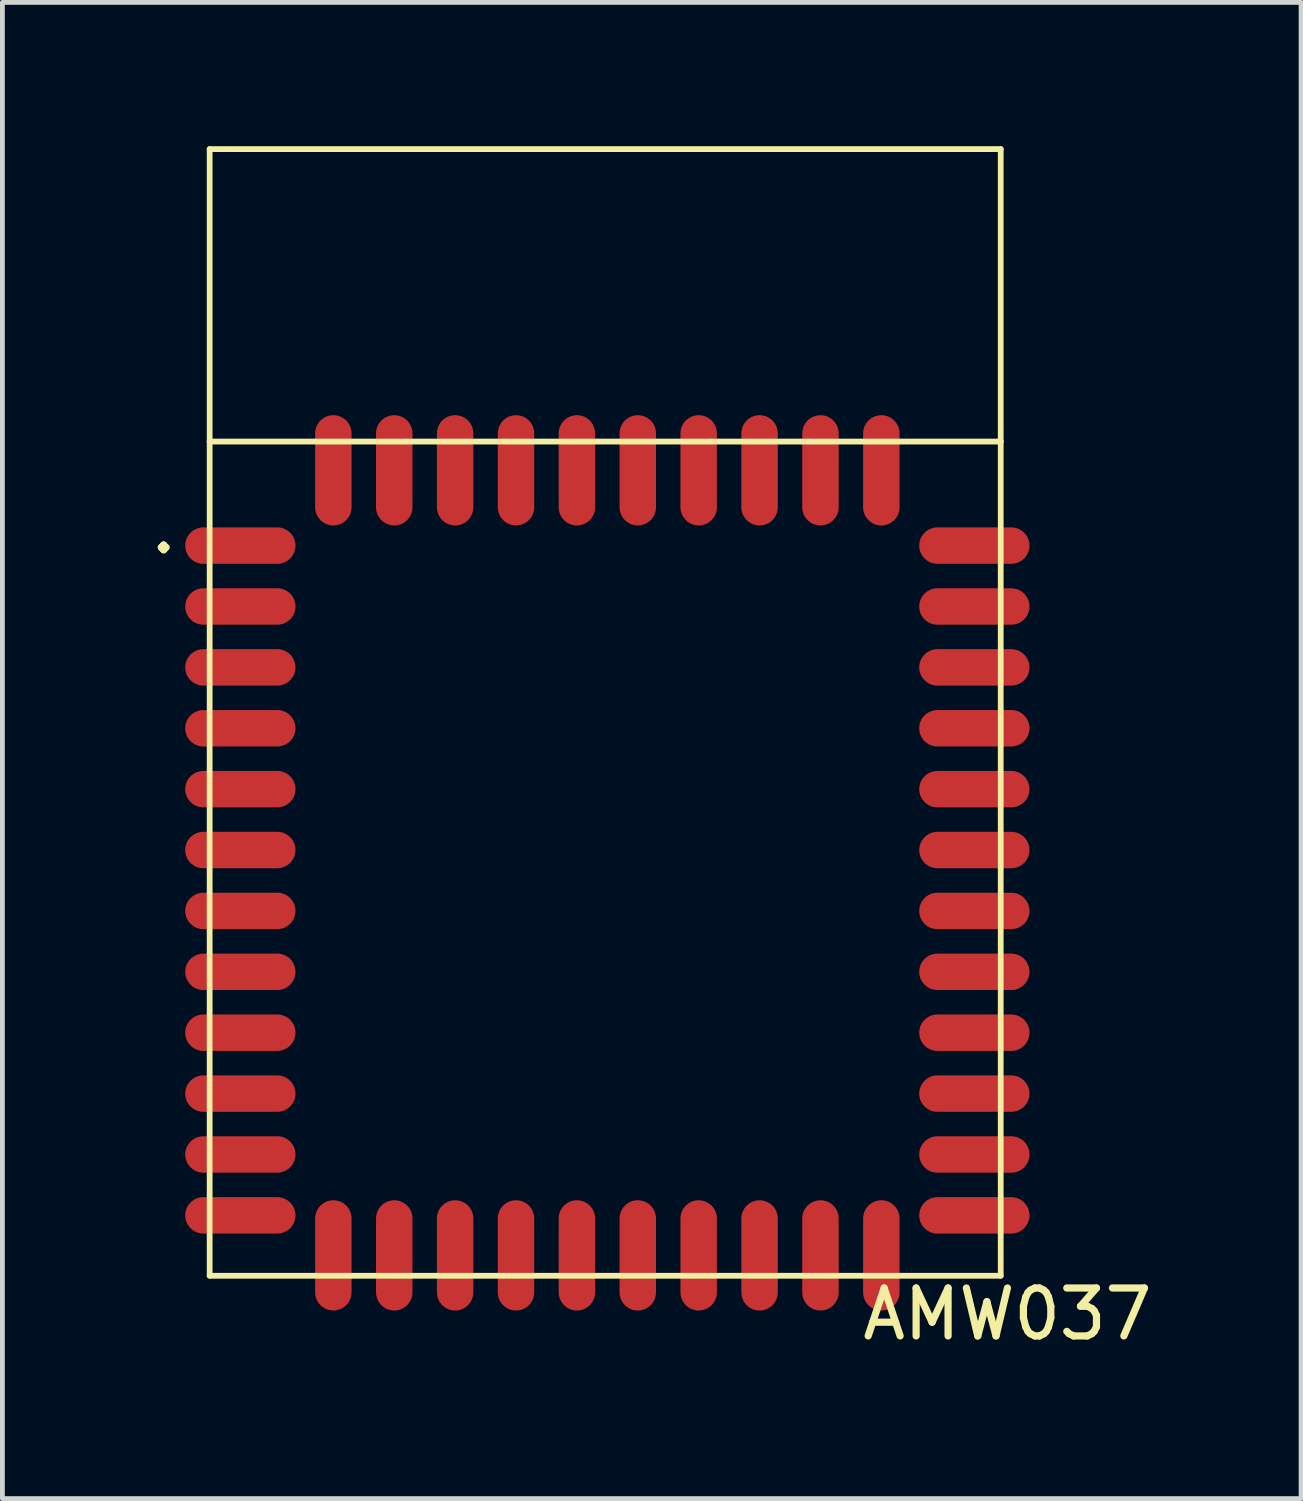
<source format=kicad_pcb>
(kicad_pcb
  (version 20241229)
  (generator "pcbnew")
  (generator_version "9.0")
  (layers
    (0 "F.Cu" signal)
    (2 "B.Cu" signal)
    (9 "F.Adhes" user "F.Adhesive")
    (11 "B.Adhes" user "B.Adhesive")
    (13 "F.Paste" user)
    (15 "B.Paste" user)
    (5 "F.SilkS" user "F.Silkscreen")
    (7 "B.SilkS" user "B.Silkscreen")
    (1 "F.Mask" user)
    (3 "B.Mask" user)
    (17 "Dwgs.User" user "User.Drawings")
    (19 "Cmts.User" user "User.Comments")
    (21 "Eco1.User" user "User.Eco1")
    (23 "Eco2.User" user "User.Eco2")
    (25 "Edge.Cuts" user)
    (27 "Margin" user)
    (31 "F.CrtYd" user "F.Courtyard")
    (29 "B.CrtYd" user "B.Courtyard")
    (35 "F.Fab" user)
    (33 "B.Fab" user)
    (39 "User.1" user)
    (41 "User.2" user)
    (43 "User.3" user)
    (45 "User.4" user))
  (footprint "AMW037"
    (layer "F.Cu")
    (at 1.963 7.06)
    (property "Reference" "AMW037" (at 16 17.3 180) (layer "F.SilkS") (effects (font (size 1 1) (thickness 0.15))))
    (attr through_hole)
    (fp_line (start -0.64 -7) (end -0.64 -0.9) (stroke (width 0.12) (type solid)) (layer "F.SilkS"))
    (fp_line (start -0.64 -0.9) (end -0.64 16.5) (stroke (width 0.12) (type solid)) (layer "F.SilkS"))
    (fp_line (start -0.64 16.5) (end 15.86 16.5) (stroke (width 0.12) (type solid)) (layer "F.SilkS"))
    (fp_line (start 15.86 -7) (end -0.64 -7) (stroke (width 0.12) (type solid)) (layer "F.SilkS"))
    (fp_line (start 15.86 -0.9) (end -0.64 -0.9) (stroke (width 0.12) (type solid)) (layer "F.SilkS"))
    (fp_line (start 15.86 -0.9) (end 15.86 -7) (stroke (width 0.12) (type solid)) (layer "F.SilkS"))
    (fp_line (start 15.86 -0.9) (end 15.86 16.5) (stroke (width 0.12) (type solid)) (layer "F.SilkS"))
    (fp_text user "." (at -1.6 0.9 0) (layer "F.SilkS") (effects (font (size 1 1) (thickness 0.15))))
    (pad "1" smd oval (at 0 1.27) (size 2.3 0.76) (layers "F.Cu" "F.Mask" "F.Paste"))
    (pad "2" smd oval (at 0 2.54) (size 2.3 0.76) (layers "F.Cu" "F.Mask" "F.Paste"))
    (pad "3" smd oval (at 0 3.81) (size 2.3 0.76) (layers "F.Cu" "F.Mask" "F.Paste"))
    (pad "4" smd oval (at 0 5.08) (size 2.3 0.76) (layers "F.Cu" "F.Mask" "F.Paste"))
    (pad "5" smd oval (at 0 6.35) (size 2.3 0.76) (layers "F.Cu" "F.Mask" "F.Paste"))
    (pad "6" smd oval (at 0 7.62) (size 2.3 0.76) (layers "F.Cu" "F.Mask" "F.Paste"))
    (pad "7" smd oval (at 0 8.89) (size 2.3 0.76) (layers "F.Cu" "F.Mask" "F.Paste"))
    (pad "8" smd oval (at 0 10.16) (size 2.3 0.76) (layers "F.Cu" "F.Mask" "F.Paste"))
    (pad "9" smd oval (at 0 11.43) (size 2.3 0.76) (layers "F.Cu" "F.Mask" "F.Paste"))
    (pad "10" smd oval (at 0 12.7) (size 2.3 0.76) (layers "F.Cu" "F.Mask" "F.Paste"))
    (pad "11" smd oval (at 0 13.97) (size 2.3 0.76) (layers "F.Cu" "F.Mask" "F.Paste"))
    (pad "12" smd oval (at 0 15.24) (size 2.3 0.76) (layers "F.Cu" "F.Mask" "F.Paste"))
    (pad "13" smd oval (at 1.94 16.075) (size 0.76 2.3) (layers "F.Cu" "F.Mask" "F.Paste"))
    (pad "14" smd oval (at 3.21 16.075) (size 0.76 2.3) (layers "F.Cu" "F.Mask" "F.Paste"))
    (pad "15" smd oval (at 4.48 16.075) (size 0.76 2.3) (layers "F.Cu" "F.Mask" "F.Paste"))
    (pad "16" smd oval (at 5.75 16.075) (size 0.76 2.3) (layers "F.Cu" "F.Mask" "F.Paste"))
    (pad "17" smd oval (at 7.02 16.075) (size 0.76 2.3) (layers "F.Cu" "F.Mask" "F.Paste"))
    (pad "18" smd oval (at 8.29 16.075) (size 0.76 2.3) (layers "F.Cu" "F.Mask" "F.Paste"))
    (pad "19" smd oval (at 9.56 16.075) (size 0.76 2.3) (layers "F.Cu" "F.Mask" "F.Paste"))
    (pad "20" smd oval (at 10.83 16.075) (size 0.76 2.3) (layers "F.Cu" "F.Mask" "F.Paste"))
    (pad "21" smd oval (at 12.1 16.075) (size 0.76 2.3) (layers "F.Cu" "F.Mask" "F.Paste"))
    (pad "22" smd oval (at 13.37 16.075) (size 0.76 2.3) (layers "F.Cu" "F.Mask" "F.Paste"))
    (pad "23" smd oval (at 15.31 15.24) (size 2.3 0.76) (layers "F.Cu" "F.Mask" "F.Paste"))
    (pad "24" smd oval (at 15.31 13.97) (size 2.3 0.76) (layers "F.Cu" "F.Mask" "F.Paste"))
    (pad "25" smd oval (at 15.31 12.7) (size 2.3 0.76) (layers "F.Cu" "F.Mask" "F.Paste"))
    (pad "26" smd oval (at 15.31 11.43) (size 2.3 0.76) (layers "F.Cu" "F.Mask" "F.Paste"))
    (pad "27" smd oval (at 15.31 10.16) (size 2.3 0.76) (layers "F.Cu" "F.Mask" "F.Paste"))
    (pad "28" smd oval (at 15.31 8.89) (size 2.3 0.76) (layers "F.Cu" "F.Mask" "F.Paste"))
    (pad "29" smd oval (at 15.31 7.62) (size 2.3 0.76) (layers "F.Cu" "F.Mask" "F.Paste"))
    (pad "30" smd oval (at 15.31 6.35) (size 2.3 0.76) (layers "F.Cu" "F.Mask" "F.Paste"))
    (pad "31" smd oval (at 15.31 5.08) (size 2.3 0.76) (layers "F.Cu" "F.Mask" "F.Paste"))
    (pad "32" smd oval (at 15.31 3.81) (size 2.3 0.76) (layers "F.Cu" "F.Mask" "F.Paste"))
    (pad "33" smd oval (at 15.31 2.54) (size 2.3 0.76) (layers "F.Cu" "F.Mask" "F.Paste"))
    (pad "34" smd oval (at 15.31 1.27) (size 2.3 0.76) (layers "F.Cu" "F.Mask" "F.Paste"))
    (pad "35" smd oval (at 13.37 -0.3) (size 0.76 2.3) (layers "F.Cu" "F.Mask" "F.Paste"))
    (pad "36" smd oval (at 12.1 -0.3) (size 0.76 2.3) (layers "F.Cu" "F.Mask" "F.Paste"))
    (pad "37" smd oval (at 10.83 -0.3) (size 0.76 2.3) (layers "F.Cu" "F.Mask" "F.Paste"))
    (pad "38" smd oval (at 9.56 -0.3) (size 0.76 2.3) (layers "F.Cu" "F.Mask" "F.Paste"))
    (pad "39" smd oval (at 8.29 -0.3) (size 0.76 2.3) (layers "F.Cu" "F.Mask" "F.Paste"))
    (pad "40" smd oval (at 7.02 -0.3) (size 0.76 2.3) (layers "F.Cu" "F.Mask" "F.Paste"))
    (pad "41" smd oval (at 5.75 -0.3) (size 0.76 2.3) (layers "F.Cu" "F.Mask" "F.Paste"))
    (pad "42" smd oval (at 4.48 -0.3) (size 0.76 2.3) (layers "F.Cu" "F.Mask" "F.Paste"))
    (pad "43" smd oval (at 3.21 -0.3) (size 0.76 2.3) (layers "F.Cu" "F.Mask" "F.Paste"))
    (pad "44" smd oval (at 1.94 -0.3) (size 0.76 2.3) (layers "F.Cu" "F.Mask" "F.Paste")))
  (gr_rect
    (start -3 -3)
    (end 24.088 28.208)
    (stroke (width 0.1) (type default))
    (fill no)
    (layer "Edge.Cuts")))
</source>
